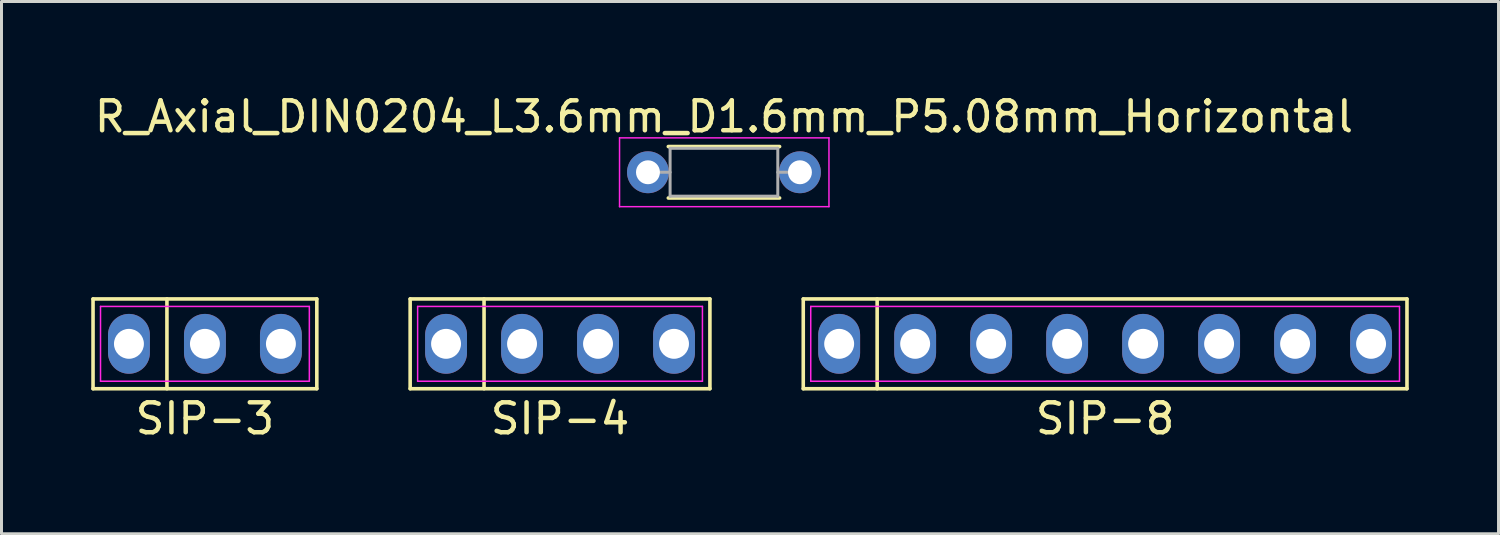
<source format=kicad_pcb>
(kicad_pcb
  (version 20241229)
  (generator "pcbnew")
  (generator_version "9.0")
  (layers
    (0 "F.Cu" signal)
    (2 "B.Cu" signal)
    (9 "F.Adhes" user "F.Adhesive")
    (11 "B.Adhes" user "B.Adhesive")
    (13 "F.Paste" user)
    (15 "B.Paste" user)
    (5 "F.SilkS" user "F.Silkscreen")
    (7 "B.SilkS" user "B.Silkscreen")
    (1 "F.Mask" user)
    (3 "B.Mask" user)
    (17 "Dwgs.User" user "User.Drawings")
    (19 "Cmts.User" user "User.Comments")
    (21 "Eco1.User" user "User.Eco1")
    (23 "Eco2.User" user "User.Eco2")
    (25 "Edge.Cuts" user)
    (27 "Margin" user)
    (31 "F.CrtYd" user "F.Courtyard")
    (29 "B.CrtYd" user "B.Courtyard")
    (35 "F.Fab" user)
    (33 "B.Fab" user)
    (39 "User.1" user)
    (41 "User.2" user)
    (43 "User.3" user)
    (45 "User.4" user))
  (footprint "R_Axial_DIN0204_L3.6mm_D1.6mm_P5.08mm_Horizontal"
    (layer "F.Cu")
    (at 18.609 2.708)
    (property "Reference" "R_Axial_DIN0204_L3.6mm_D1.6mm_P5.08mm_Horizontal" (at 2.54 -1.86 0) (layer "F.SilkS") (effects (font (size 1 1) (thickness 0.15))))
    (attr through_hole)
    (fp_line (start 0.68 -0.86) (end 4.4 -0.86) (stroke (width 0.12) (type solid)) (layer "F.SilkS"))
    (fp_line (start 0.68 0.86) (end 4.4 0.86) (stroke (width 0.12) (type solid)) (layer "F.SilkS"))
    (fp_line (start -0.95 -1.15) (end -0.95 1.15) (stroke (width 0.05) (type solid)) (layer "F.CrtYd"))
    (fp_line (start -0.95 1.15) (end 6.05 1.15) (stroke (width 0.05) (type solid)) (layer "F.CrtYd"))
    (fp_line (start 6.05 -1.15) (end -0.95 -1.15) (stroke (width 0.05) (type solid)) (layer "F.CrtYd"))
    (fp_line (start 6.05 1.15) (end 6.05 -1.15) (stroke (width 0.05) (type solid)) (layer "F.CrtYd"))
    (fp_line (start 0 0) (end 0.74 0) (stroke (width 0.1) (type solid)) (layer "F.Fab"))
    (fp_line (start 0.74 -0.8) (end 0.74 0.8) (stroke (width 0.1) (type solid)) (layer "F.Fab"))
    (fp_line (start 0.74 0.8) (end 4.34 0.8) (stroke (width 0.1) (type solid)) (layer "F.Fab"))
    (fp_line (start 4.34 -0.8) (end 0.74 -0.8) (stroke (width 0.1) (type solid)) (layer "F.Fab"))
    (fp_line (start 4.34 0.8) (end 4.34 -0.8) (stroke (width 0.1) (type solid)) (layer "F.Fab"))
    (fp_line (start 5.08 0) (end 4.34 0) (stroke (width 0.1) (type solid)) (layer "F.Fab"))
    (pad "1" thru_hole circle (at 0 0) (size 1.4 1.4) (drill 0.8) (layers "*.Cu" "*.Mask"))
    (pad "2" thru_hole oval (at 5.08 0) (size 1.4 1.4) (drill 0.8) (layers "*.Cu" "*.Mask")))
  (footprint "SIP-4"
    (layer "F.Cu")
    (at 15.67 8.443)
    (property "Reference" "SIP-4" (at 0 2.5 0) (layer "F.SilkS") (effects (font (size 1 1) (thickness 0.15))))
    (attr through_hole)
    (fp_line (start -5.01 -1.5) (end 5.01 -1.5) (stroke (width 0.12) (type solid)) (layer "F.SilkS"))
    (fp_line (start -5.01 1.5) (end -5.01 -1.5) (stroke (width 0.12) (type solid)) (layer "F.SilkS"))
    (fp_line (start -2.54 -1.5) (end -2.54 1.5) (stroke (width 0.12) (type solid)) (layer "F.SilkS"))
    (fp_line (start 5.01 -1.5) (end 5.01 1.5) (stroke (width 0.12) (type solid)) (layer "F.SilkS"))
    (fp_line (start 5.01 1.5) (end -5.01 1.5) (stroke (width 0.12) (type solid)) (layer "F.SilkS"))
    (fp_line (start -4.76 -1.25) (end 4.76 -1.25) (stroke (width 0.05) (type solid)) (layer "F.CrtYd"))
    (fp_line (start -4.76 1.25) (end -4.76 -1.25) (stroke (width 0.05) (type solid)) (layer "F.CrtYd"))
    (fp_line (start 4.76 -1.25) (end 4.76 1.25) (stroke (width 0.05) (type solid)) (layer "F.CrtYd"))
    (fp_line (start 4.76 1.25) (end -4.76 1.25) (stroke (width 0.05) (type solid)) (layer "F.CrtYd"))
    (pad "1" thru_hole oval (at -3.81 0) (size 1.4 2) (drill 1) (layers "*.Cu" "*.Mask"))
    (pad "2" thru_hole oval (at -1.27 0) (size 1.4 2) (drill 1) (layers "*.Cu" "*.Mask"))
    (pad "3" thru_hole oval (at 1.27 0) (size 1.4 2) (drill 1) (layers "*.Cu" "*.Mask"))
    (pad "4" thru_hole oval (at 3.81 0) (size 1.4 2) (drill 1) (layers "*.Cu" "*.Mask")))
  (footprint "SIP-8"
    (layer "F.Cu")
    (at 33.89 8.443)
    (property "Reference" "SIP-8" (at 0 2.5 0) (layer "F.SilkS") (effects (font (size 1 1) (thickness 0.15))))
    (attr through_hole)
    (fp_line (start -10.09 -1.5) (end 10.09 -1.5) (stroke (width 0.12) (type solid)) (layer "F.SilkS"))
    (fp_line (start -10.09 1.5) (end -10.09 -1.5) (stroke (width 0.12) (type solid)) (layer "F.SilkS"))
    (fp_line (start -7.62 -1.5) (end -7.62 1.5) (stroke (width 0.12) (type solid)) (layer "F.SilkS"))
    (fp_line (start 10.09 -1.5) (end 10.09 1.5) (stroke (width 0.12) (type solid)) (layer "F.SilkS"))
    (fp_line (start 10.09 1.5) (end -10.09 1.5) (stroke (width 0.12) (type solid)) (layer "F.SilkS"))
    (fp_line (start -9.84 -1.25) (end 9.84 -1.25) (stroke (width 0.05) (type solid)) (layer "F.CrtYd"))
    (fp_line (start -9.84 1.25) (end -9.84 -1.25) (stroke (width 0.05) (type solid)) (layer "F.CrtYd"))
    (fp_line (start 9.84 -1.25) (end 9.84 1.25) (stroke (width 0.05) (type solid)) (layer "F.CrtYd"))
    (fp_line (start 9.84 1.25) (end -9.84 1.25) (stroke (width 0.05) (type solid)) (layer "F.CrtYd"))
    (pad "1" thru_hole oval (at -8.89 0) (size 1.4 2) (drill 1) (layers "*.Cu" "*.Mask"))
    (pad "2" thru_hole oval (at -6.35 0) (size 1.4 2) (drill 1) (layers "*.Cu" "*.Mask"))
    (pad "3" thru_hole oval (at -3.81 0) (size 1.4 2) (drill 1) (layers "*.Cu" "*.Mask"))
    (pad "4" thru_hole oval (at -1.27 0) (size 1.4 2) (drill 1) (layers "*.Cu" "*.Mask"))
    (pad "5" thru_hole oval (at 1.27 0) (size 1.4 2) (drill 1) (layers "*.Cu" "*.Mask"))
    (pad "6" thru_hole oval (at 3.81 0) (size 1.4 2) (drill 1) (layers "*.Cu" "*.Mask"))
    (pad "7" thru_hole oval (at 6.35 0) (size 1.4 2) (drill 1) (layers "*.Cu" "*.Mask"))
    (pad "8" thru_hole oval (at 8.89 0) (size 1.4 2) (drill 1) (layers "*.Cu" "*.Mask")))
  (footprint "SIP-3"
    (layer "F.Cu")
    (at 3.8 8.443)
    (property "Reference" "SIP-3" (at 0 2.5 0) (layer "F.SilkS") (effects (font (size 1 1) (thickness 0.15))))
    (attr through_hole)
    (fp_line (start -3.74 -1.5) (end 3.74 -1.5) (stroke (width 0.12) (type solid)) (layer "F.SilkS"))
    (fp_line (start -3.74 1.5) (end -3.74 -1.5) (stroke (width 0.12) (type solid)) (layer "F.SilkS"))
    (fp_line (start -1.27 -1.5) (end -1.27 1.5) (stroke (width 0.12) (type solid)) (layer "F.SilkS"))
    (fp_line (start 3.74 -1.5) (end 3.74 1.5) (stroke (width 0.12) (type solid)) (layer "F.SilkS"))
    (fp_line (start 3.74 1.5) (end -3.74 1.5) (stroke (width 0.12) (type solid)) (layer "F.SilkS"))
    (fp_line (start -3.49 -1.25) (end 3.49 -1.25) (stroke (width 0.05) (type solid)) (layer "F.CrtYd"))
    (fp_line (start -3.49 1.25) (end -3.49 -1.25) (stroke (width 0.05) (type solid)) (layer "F.CrtYd"))
    (fp_line (start 3.49 -1.25) (end 3.49 1.25) (stroke (width 0.05) (type solid)) (layer "F.CrtYd"))
    (fp_line (start 3.49 1.25) (end -3.49 1.25) (stroke (width 0.05) (type solid)) (layer "F.CrtYd"))
    (pad "1" thru_hole oval (at -2.54 0) (size 1.4 2) (drill 1) (layers "*.Cu" "*.Mask"))
    (pad "2" thru_hole oval (at 0 0) (size 1.4 2) (drill 1) (layers "*.Cu" "*.Mask"))
    (pad "3" thru_hole oval (at 2.54 0) (size 1.4 2) (drill 1) (layers "*.Cu" "*.Mask")))
  (gr_rect
    (start -3 -3)
    (end 47.04 14.791)
    (stroke (width 0.1) (type default))
    (fill no)
    (layer "Edge.Cuts")))
</source>
